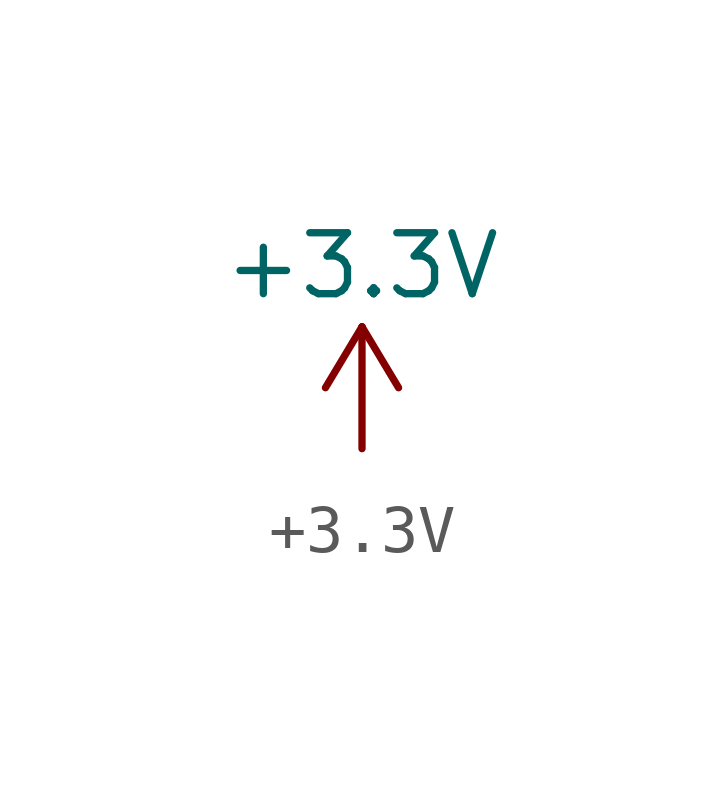
<source format=kicad_sym>
(kicad_symbol_lib
  (version 20220914)
  (generator kicad_symbol_editor)
  (symbol "+3.3V"
    (power)
    (pin_names
      (offset 0))
    (property "Reference" "#PWR"
      (at 0 -1.27 0)
      (effects (font (size 1.27 1.27)) hide))
    (property "Value" "+3.3V"
      (at 0 3.81 0)
      (effects (font (size 1.27 1.27))))
    (symbol "+3.3V_1_1"
      (polyline (pts (xy -0.762 1.27) (xy 0 2.54)) (stroke (width 0) (type default)) (fill (type none)))
      (polyline (pts (xy 0 0) (xy 0 2.54)) (stroke (width 0) (type default)) (fill (type none)))
      (polyline (pts (xy 0 2.54) (xy 0.762 1.27)) (stroke (width 0) (type default)) (fill (type none)))
      (pin power_in line (at 0 0 90) (length 0) hide (name "+3.3V" (effects (font (size 1.27 1.27)))) (number "1" (effects (font (size 1.27 1.27))))))))
</source>
